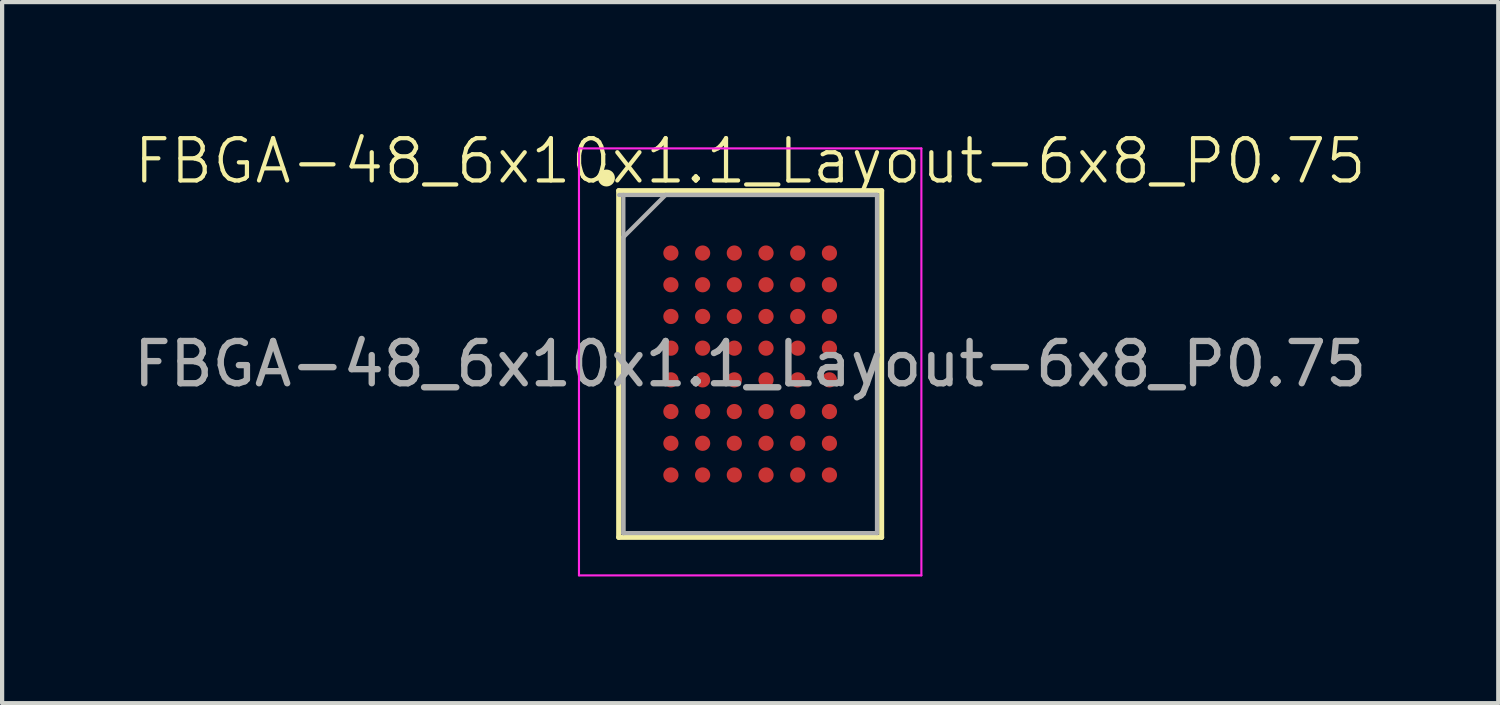
<source format=kicad_pcb>
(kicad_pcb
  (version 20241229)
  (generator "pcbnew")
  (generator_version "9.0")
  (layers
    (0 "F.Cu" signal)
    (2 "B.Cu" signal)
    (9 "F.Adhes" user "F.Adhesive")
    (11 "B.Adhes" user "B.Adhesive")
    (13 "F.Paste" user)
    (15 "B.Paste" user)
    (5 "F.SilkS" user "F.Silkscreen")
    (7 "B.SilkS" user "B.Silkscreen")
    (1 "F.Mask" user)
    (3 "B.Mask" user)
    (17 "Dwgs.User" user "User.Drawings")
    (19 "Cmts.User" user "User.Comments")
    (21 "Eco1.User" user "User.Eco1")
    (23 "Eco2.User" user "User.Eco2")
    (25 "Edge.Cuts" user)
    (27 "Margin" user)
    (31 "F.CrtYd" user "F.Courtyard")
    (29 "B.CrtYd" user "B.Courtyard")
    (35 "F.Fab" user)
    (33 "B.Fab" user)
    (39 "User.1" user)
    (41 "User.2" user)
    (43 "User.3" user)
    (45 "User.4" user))
  (footprint "FBGA-48_6x10x1.1_Layout-6x8_P0.75"
    (layer "F.Cu")
    (at 14.696 5.561)
    (property "Reference" "FBGA-48_6x10x1.1_Layout-6x8_P0.75" (at 0 -4.8 0) (unlocked yes) (layer "F.SilkS") (effects (font (size 1 1) (thickness 0.1))))
    (attr smd)
    (fp_line (start -3.11 -4.1) (end 3.11 -4.1) (stroke (width 0.12) (type solid)) (layer "F.SilkS"))
    (fp_line (start -3.11 4.1) (end -3.11 -4.1) (stroke (width 0.12) (type solid)) (layer "F.SilkS"))
    (fp_line (start 3.11 -4.1) (end 3.11 4.1) (stroke (width 0.12) (type solid)) (layer "F.SilkS"))
    (fp_line (start 3.11 4.1) (end -3.11 4.1) (stroke (width 0.12) (type solid)) (layer "F.SilkS"))
    (fp_circle (center -3.4 -4.4) (end -3.4 -4.3) (stroke (width 0.2) (type solid)) (fill no) (layer "F.SilkS"))
    (fp_line (start -4.05 -5.1) (end 4.05 -5.1) (stroke (width 0.05) (type solid)) (layer "F.CrtYd"))
    (fp_line (start -4.05 5) (end -4.05 -5.1) (stroke (width 0.05) (type solid)) (layer "F.CrtYd"))
    (fp_line (start 4.05 -5.1) (end 4.05 5) (stroke (width 0.05) (type solid)) (layer "F.CrtYd"))
    (fp_line (start 4.05 5) (end -4.05 5) (stroke (width 0.05) (type solid)) (layer "F.CrtYd"))
    (fp_line (start -3.1 -4) (end 3 -4) (stroke (width 0.1) (type solid)) (layer "F.Fab"))
    (fp_line (start -3 -3) (end -2 -4) (stroke (width 0.1) (type solid)) (layer "F.Fab"))
    (fp_line (start -3 4) (end -3 -4) (stroke (width 0.1) (type solid)) (layer "F.Fab"))
    (fp_line (start -3 4) (end -3 -3) (stroke (width 0.1) (type solid)) (layer "F.Fab"))
    (fp_line (start -2 -4) (end 3 -4) (stroke (width 0.1) (type solid)) (layer "F.Fab"))
    (fp_line (start 3 -4) (end 3 4) (stroke (width 0.1) (type solid)) (layer "F.Fab"))
    (fp_line (start 3 4) (end -3 4) (stroke (width 0.1) (type solid)) (layer "F.Fab"))
    (fp_text user "${REFERENCE}" (at 0 0 0) (layer "F.Fab") (effects (font (size 1 1) (thickness 0.15))))
    (pad "A1" smd circle (at -1.875 -2.625) (size 0.36 0.36) (property pad_prop_bga) (layers "F.Cu" "F.Mask" "F.Paste"))
    (pad "A2" smd circle (at -1.125 -2.625) (size 0.36 0.36) (property pad_prop_bga) (layers "F.Cu" "F.Mask" "F.Paste"))
    (pad "A3" smd circle (at -0.375 -2.625) (size 0.36 0.36) (property pad_prop_bga) (layers "F.Cu" "F.Mask" "F.Paste"))
    (pad "A4" smd circle (at 0.375 -2.625) (size 0.36 0.36) (property pad_prop_bga) (layers "F.Cu" "F.Mask" "F.Paste"))
    (pad "A5" smd circle (at 1.125 -2.625) (size 0.36 0.36) (property pad_prop_bga) (layers "F.Cu" "F.Mask" "F.Paste"))
    (pad "A6" smd circle (at 1.875 -2.625) (size 0.36 0.36) (property pad_prop_bga) (layers "F.Cu" "F.Mask" "F.Paste"))
    (pad "B1" smd circle (at -1.875 -1.875) (size 0.36 0.36) (property pad_prop_bga) (layers "F.Cu" "F.Mask" "F.Paste"))
    (pad "B2" smd circle (at -1.125 -1.875) (size 0.36 0.36) (property pad_prop_bga) (layers "F.Cu" "F.Mask" "F.Paste"))
    (pad "B3" smd circle (at -0.375 -1.875) (size 0.36 0.36) (property pad_prop_bga) (layers "F.Cu" "F.Mask" "F.Paste"))
    (pad "B4" smd circle (at 0.375 -1.875) (size 0.36 0.36) (property pad_prop_bga) (layers "F.Cu" "F.Mask" "F.Paste"))
    (pad "B5" smd circle (at 1.125 -1.875) (size 0.36 0.36) (property pad_prop_bga) (layers "F.Cu" "F.Mask" "F.Paste"))
    (pad "B6" smd circle (at 1.875 -1.875) (size 0.36 0.36) (property pad_prop_bga) (layers "F.Cu" "F.Mask" "F.Paste"))
    (pad "C1" smd circle (at -1.875 -1.125) (size 0.36 0.36) (property pad_prop_bga) (layers "F.Cu" "F.Mask" "F.Paste"))
    (pad "C2" smd circle (at -1.125 -1.125) (size 0.36 0.36) (property pad_prop_bga) (layers "F.Cu" "F.Mask" "F.Paste"))
    (pad "C3" smd circle (at -0.375 -1.125) (size 0.36 0.36) (property pad_prop_bga) (layers "F.Cu" "F.Mask" "F.Paste"))
    (pad "C4" smd circle (at 0.375 -1.125) (size 0.36 0.36) (property pad_prop_bga) (layers "F.Cu" "F.Mask" "F.Paste"))
    (pad "C5" smd circle (at 1.125 -1.125) (size 0.36 0.36) (property pad_prop_bga) (layers "F.Cu" "F.Mask" "F.Paste"))
    (pad "C6" smd circle (at 1.875 -1.125) (size 0.36 0.36) (property pad_prop_bga) (layers "F.Cu" "F.Mask" "F.Paste"))
    (pad "D1" smd circle (at -1.875 -0.375) (size 0.36 0.36) (property pad_prop_bga) (layers "F.Cu" "F.Mask" "F.Paste"))
    (pad "D2" smd circle (at -1.125 -0.375) (size 0.36 0.36) (property pad_prop_bga) (layers "F.Cu" "F.Mask" "F.Paste"))
    (pad "D3" smd circle (at -0.375 -0.375) (size 0.36 0.36) (property pad_prop_bga) (layers "F.Cu" "F.Mask" "F.Paste"))
    (pad "D4" smd circle (at 0.375 -0.375) (size 0.36 0.36) (property pad_prop_bga) (layers "F.Cu" "F.Mask" "F.Paste"))
    (pad "D5" smd circle (at 1.125 -0.375) (size 0.36 0.36) (property pad_prop_bga) (layers "F.Cu" "F.Mask" "F.Paste"))
    (pad "D6" smd circle (at 1.875 -0.375) (size 0.36 0.36) (property pad_prop_bga) (layers "F.Cu" "F.Mask" "F.Paste"))
    (pad "E1" smd circle (at -1.875 0.375) (size 0.36 0.36) (property pad_prop_bga) (layers "F.Cu" "F.Mask" "F.Paste"))
    (pad "E2" smd circle (at -1.125 0.375) (size 0.36 0.36) (property pad_prop_bga) (layers "F.Cu" "F.Mask" "F.Paste"))
    (pad "E3" smd circle (at -0.375 0.375) (size 0.36 0.36) (property pad_prop_bga) (layers "F.Cu" "F.Mask" "F.Paste"))
    (pad "E4" smd circle (at 0.375 0.375) (size 0.36 0.36) (property pad_prop_bga) (layers "F.Cu" "F.Mask" "F.Paste"))
    (pad "E5" smd circle (at 1.125 0.375) (size 0.36 0.36) (property pad_prop_bga) (layers "F.Cu" "F.Mask" "F.Paste"))
    (pad "E6" smd circle (at 1.875 0.375) (size 0.36 0.36) (property pad_prop_bga) (layers "F.Cu" "F.Mask" "F.Paste"))
    (pad "F1" smd circle (at -1.875 1.125) (size 0.36 0.36) (property pad_prop_bga) (layers "F.Cu" "F.Mask" "F.Paste"))
    (pad "F2" smd circle (at -1.125 1.125) (size 0.36 0.36) (property pad_prop_bga) (layers "F.Cu" "F.Mask" "F.Paste"))
    (pad "F3" smd circle (at -0.375 1.125) (size 0.36 0.36) (property pad_prop_bga) (layers "F.Cu" "F.Mask" "F.Paste"))
    (pad "F4" smd circle (at 0.375 1.125) (size 0.36 0.36) (property pad_prop_bga) (layers "F.Cu" "F.Mask" "F.Paste"))
    (pad "F5" smd circle (at 1.125 1.125) (size 0.36 0.36) (property pad_prop_bga) (layers "F.Cu" "F.Mask" "F.Paste"))
    (pad "F6" smd circle (at 1.875 1.125) (size 0.36 0.36) (property pad_prop_bga) (layers "F.Cu" "F.Mask" "F.Paste"))
    (pad "G1" smd circle (at -1.875 1.875) (size 0.36 0.36) (property pad_prop_bga) (layers "F.Cu" "F.Mask" "F.Paste"))
    (pad "G2" smd circle (at -1.125 1.875) (size 0.36 0.36) (property pad_prop_bga) (layers "F.Cu" "F.Mask" "F.Paste"))
    (pad "G3" smd circle (at -0.375 1.875) (size 0.36 0.36) (property pad_prop_bga) (layers "F.Cu" "F.Mask" "F.Paste"))
    (pad "G4" smd circle (at 0.375 1.875) (size 0.36 0.36) (property pad_prop_bga) (layers "F.Cu" "F.Mask" "F.Paste"))
    (pad "G5" smd circle (at 1.125 1.875) (size 0.36 0.36) (property pad_prop_bga) (layers "F.Cu" "F.Mask" "F.Paste"))
    (pad "G6" smd circle (at 1.875 1.875) (size 0.36 0.36) (property pad_prop_bga) (layers "F.Cu" "F.Mask" "F.Paste"))
    (pad "H1" smd circle (at -1.875 2.625) (size 0.36 0.36) (property pad_prop_bga) (layers "F.Cu" "F.Mask" "F.Paste"))
    (pad "H2" smd circle (at -1.125 2.625) (size 0.36 0.36) (property pad_prop_bga) (layers "F.Cu" "F.Mask" "F.Paste"))
    (pad "H3" smd circle (at -0.375 2.625) (size 0.36 0.36) (property pad_prop_bga) (layers "F.Cu" "F.Mask" "F.Paste"))
    (pad "H4" smd circle (at 0.375 2.625) (size 0.36 0.36) (property pad_prop_bga) (layers "F.Cu" "F.Mask" "F.Paste"))
    (pad "H5" smd circle (at 1.125 2.625) (size 0.36 0.36) (property pad_prop_bga) (layers "F.Cu" "F.Mask" "F.Paste"))
    (pad "H6" smd circle (at 1.875 2.625) (size 0.36 0.36) (property pad_prop_bga) (layers "F.Cu" "F.Mask" "F.Paste")))
  (gr_rect
    (start -3 -3)
    (end 32.393 13.585)
    (stroke (width 0.1) (type default))
    (fill no)
    (layer "Edge.Cuts")))
</source>
